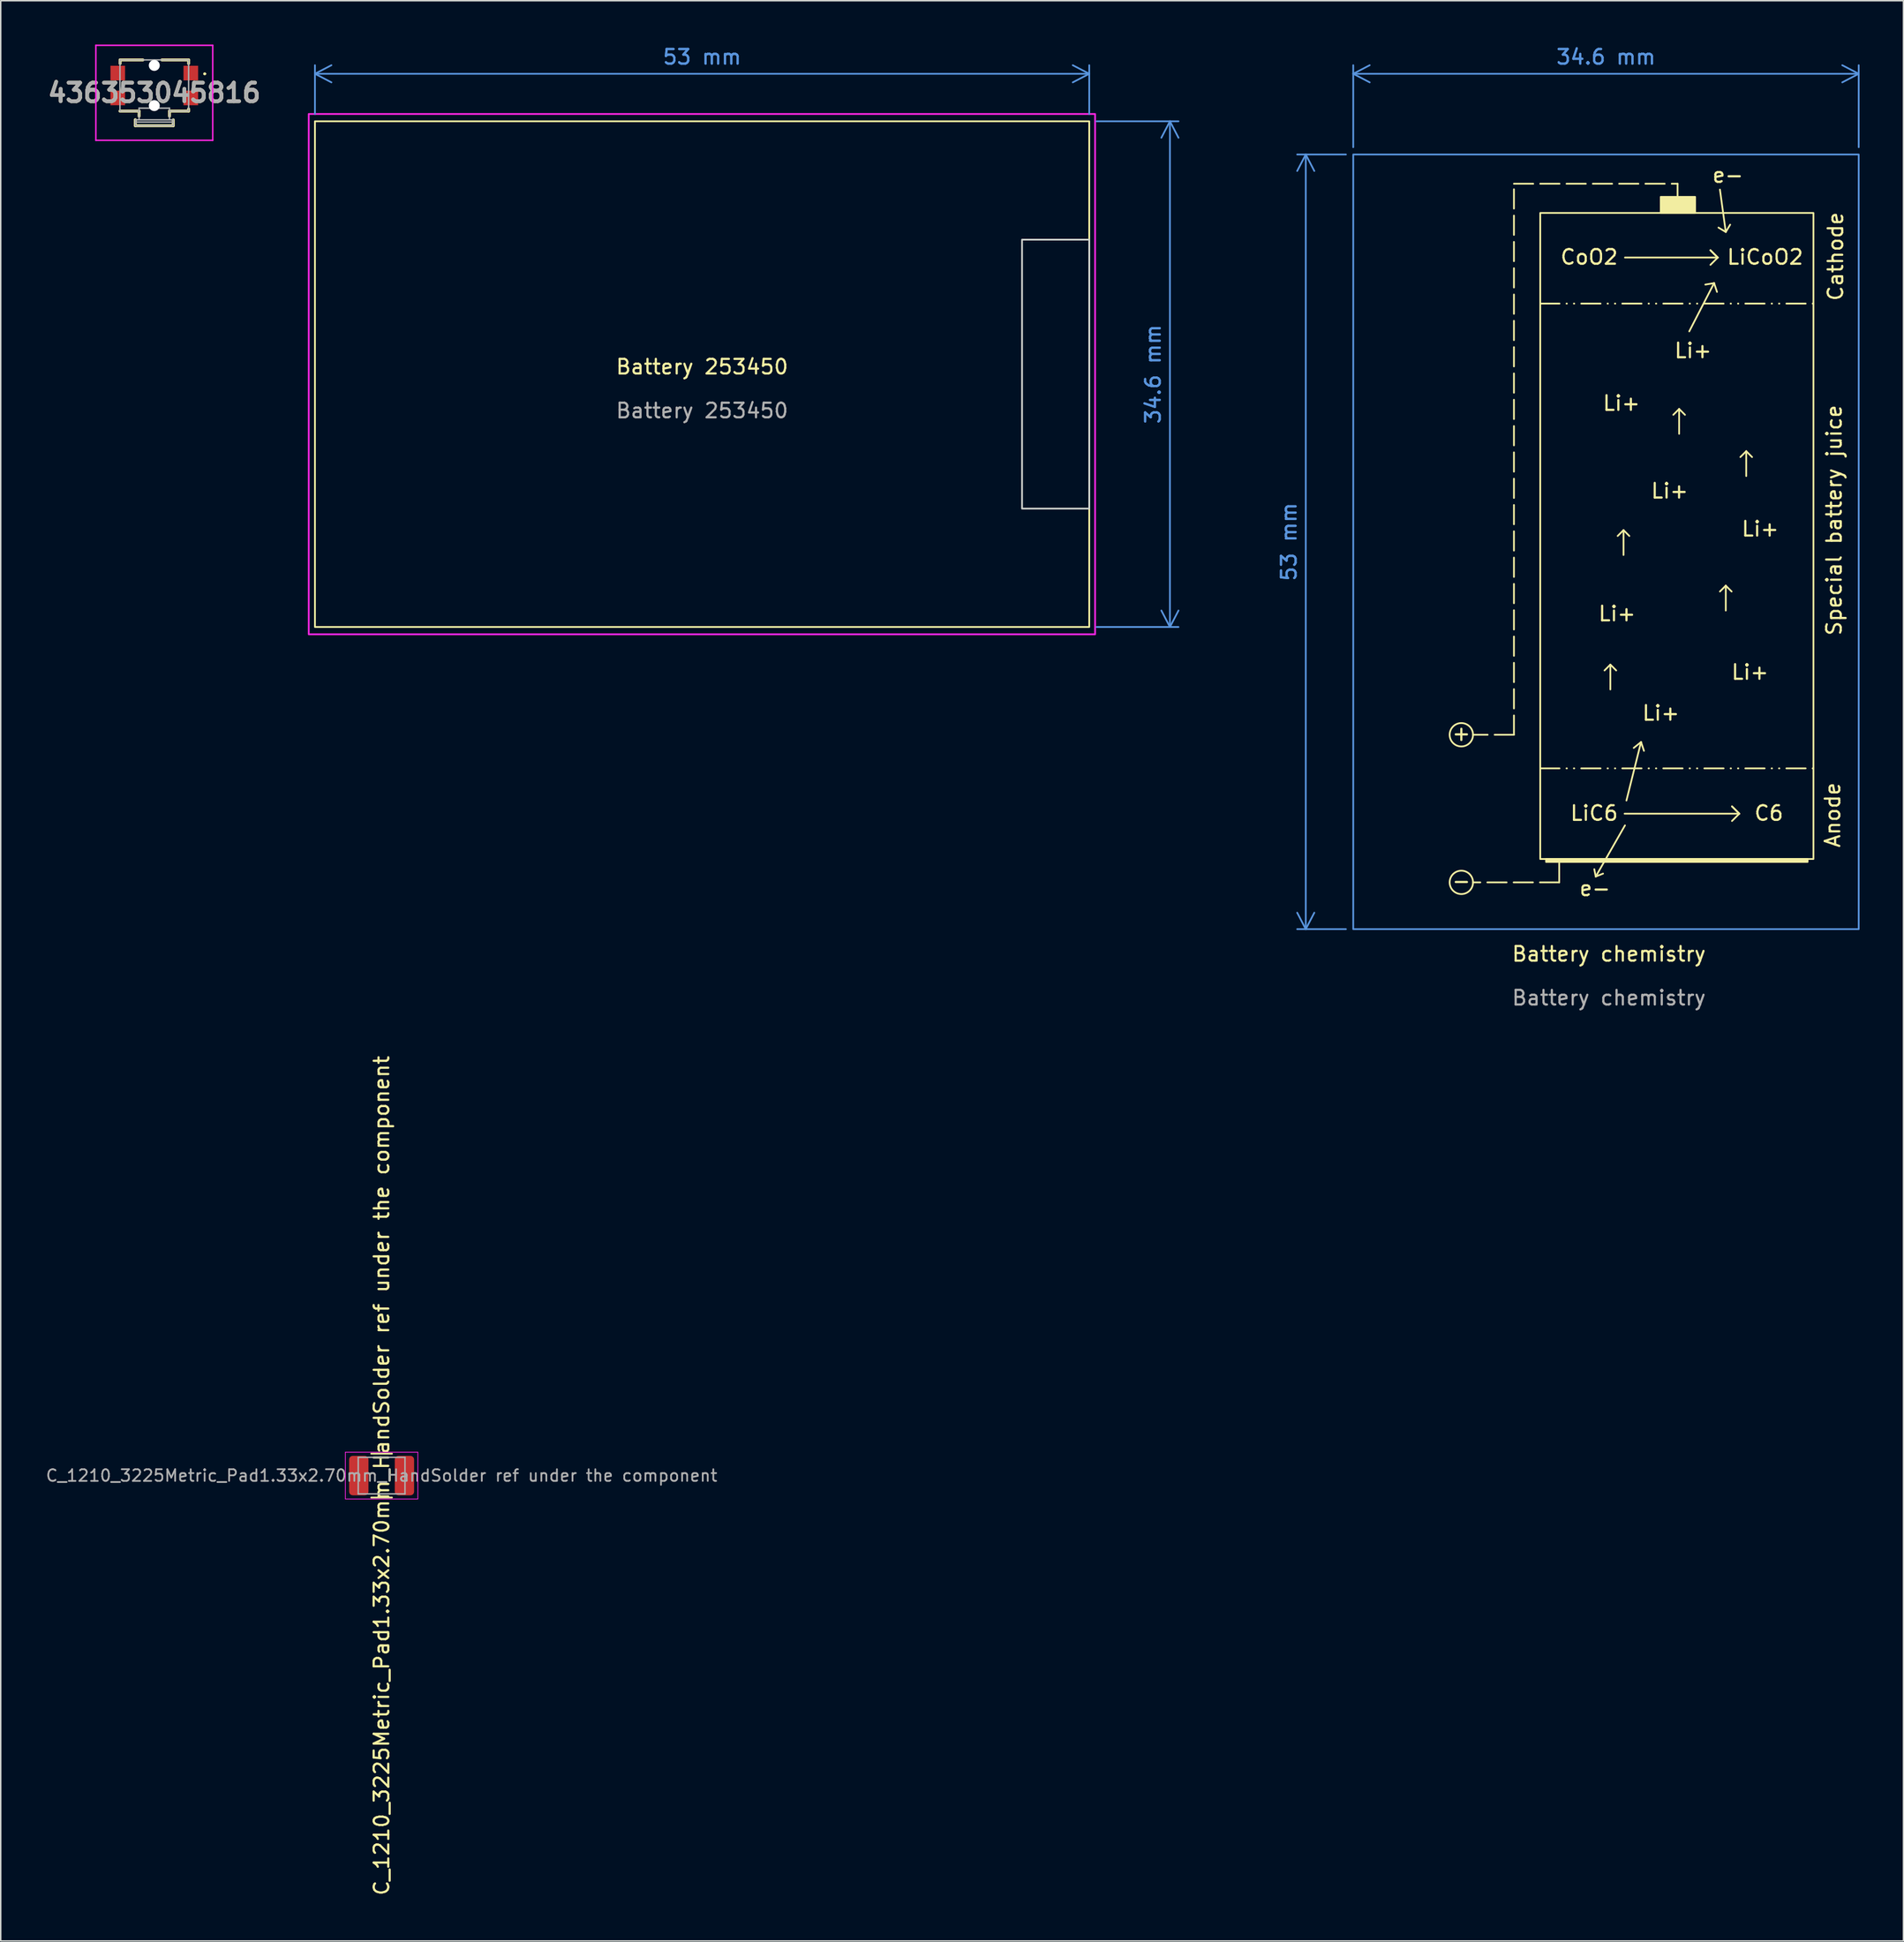
<source format=kicad_pcb>
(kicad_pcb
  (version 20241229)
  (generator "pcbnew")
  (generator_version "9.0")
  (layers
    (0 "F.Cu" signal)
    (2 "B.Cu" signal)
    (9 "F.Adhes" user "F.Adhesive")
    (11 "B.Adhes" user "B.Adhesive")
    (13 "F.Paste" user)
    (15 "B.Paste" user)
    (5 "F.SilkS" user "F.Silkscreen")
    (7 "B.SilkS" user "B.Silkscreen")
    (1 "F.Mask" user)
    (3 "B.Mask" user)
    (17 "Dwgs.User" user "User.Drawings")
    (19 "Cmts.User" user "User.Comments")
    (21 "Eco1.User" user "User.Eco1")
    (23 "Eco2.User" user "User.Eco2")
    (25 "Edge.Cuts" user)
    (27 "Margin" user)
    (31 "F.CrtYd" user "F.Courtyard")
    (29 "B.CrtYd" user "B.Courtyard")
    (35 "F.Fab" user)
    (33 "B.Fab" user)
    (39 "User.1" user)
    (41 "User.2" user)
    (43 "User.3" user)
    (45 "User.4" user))
  (footprint "C_1210_3225Metric_Pad1.33x2.70mm_HandSolder ref under the component"
    (layer "F.Cu")
    (at 23.071 97.908)
    (property "Reference" "C_1210_3225Metric_Pad1.33x2.70mm_HandSolder ref under the component" (at 0 0 90) (layer "F.SilkS") (effects (font (size 1 1) (thickness 0.15))))
    (attr smd)
    (fp_line (start -0.711 -1.5) (end 0.711 -1.5) (stroke (width 0.12) (type solid)) (layer "F.SilkS"))
    (fp_line (start -0.711 1.5) (end 0.711 1.5) (stroke (width 0.12) (type solid)) (layer "F.SilkS"))
    (fp_line (start -2.48 -1.6) (end 2.48 -1.6) (stroke (width 0.05) (type solid)) (layer "F.CrtYd"))
    (fp_line (start -2.48 1.6) (end -2.48 -1.6) (stroke (width 0.05) (type solid)) (layer "F.CrtYd"))
    (fp_line (start 2.48 -1.6) (end 2.48 1.6) (stroke (width 0.05) (type solid)) (layer "F.CrtYd"))
    (fp_line (start 2.48 1.6) (end -2.48 1.6) (stroke (width 0.05) (type solid)) (layer "F.CrtYd"))
    (fp_line (start -1.6 -1.25) (end 1.6 -1.25) (stroke (width 0.1) (type solid)) (layer "F.Fab"))
    (fp_line (start -1.6 1.25) (end -1.6 -1.25) (stroke (width 0.1) (type solid)) (layer "F.Fab"))
    (fp_line (start 1.6 -1.25) (end 1.6 1.25) (stroke (width 0.1) (type solid)) (layer "F.Fab"))
    (fp_line (start 1.6 1.25) (end -1.6 1.25) (stroke (width 0.1) (type solid)) (layer "F.Fab"))
    (fp_text user "${REFERENCE}" (at 0 0 180) (layer "F.Fab") (effects (font (size 0.8 0.8) (thickness 0.12))))
    (pad "1" smd roundrect (at -1.562 0) (size 1.325 2.7) (layers "F.Cu" "F.Mask" "F.Paste") (roundrect_rratio 0.189))
    (pad "2" smd roundrect (at 1.562 0) (size 1.325 2.7) (layers "F.Cu" "F.Mask" "F.Paste") (roundrect_rratio 0.189)))
  (footprint "Battery 253450"
    (layer "F.Cu")
    (at 45.008 22.548)
    (property "Reference" "Battery 253450" (at 0 -0.5 0) (unlocked yes) (layer "F.SilkS") (effects (font (size 1 1) (thickness 0.15))))
    (attr exclude_from_bom)
    (fp_rect (start 26.5 -17.3) (end -26.5 17.3) (stroke (width 0.12) (type default)) (fill no) (layer "F.SilkS"))
    (fp_rect (start 21.9 -9.2) (end 26.5 9.2) (stroke (width 0.12) (type default)) (fill no) (layer "Edge.Cuts"))
    (fp_rect (start -26.925 -17.8) (end 26.9 17.8) (stroke (width 0.12) (type default)) (fill no) (layer "F.CrtYd"))
    (fp_text user "${REFERENCE}" (at 0 2.5 0) (unlocked yes) (layer "F.Fab") (effects (font (size 1 1) (thickness 0.15))))
    (dimension (type aligned) (layer "Cmts.User") (pts (xy 18.508 5.248) (xy 71.508 5.248)) (height -3.25) (format (prefix "") (suffix "") (units 3) (units_format 1) (precision 4) (suppress_zeroes yes)) (style (thickness 0.12) (arrow_length 1.27) (text_position_mode 0) (arrow_direction outward) (extension_height 0.586) (extension_offset 0.5) (keep_text_aligned yes)) (gr_text "53 mm" (at 45.008 0.848 0) (layer "Cmts.User") (effects (font (size 1 1) (thickness 0.15)))))
    (dimension (type aligned) (layer "Cmts.User") (pts (xy 71.508 5.248) (xy 71.508 39.848)) (height -5.523) (format (prefix "") (suffix "") (units 3) (units_format 1) (precision 4) (suppress_zeroes yes)) (style (thickness 0.12) (arrow_length 1.27) (text_position_mode 0) (arrow_direction outward) (extension_height 0.586) (extension_offset 0.5) (keep_text_aligned yes)) (gr_text "34.6 mm" (at 75.88 22.548 90) (layer "Cmts.User") (effects (font (size 1 1) (thickness 0.15))))))
  (footprint "436353045816"
    (layer "F.Cu")
    (at 7.511 2.8)
    (property "Reference" "436353045816" (at 0 0.5 0) (layer "F.SilkS") (effects (font (size 1.27 1.27) (thickness 0.254))))
    (attr smd)
    (fp_line (start -2.35 1.75) (end -1.04 1.75) (stroke (width 0.2) (type solid)) (layer "F.SilkS"))
    (fp_line (start -2.34 -1.75) (end -0.78 -1.75) (stroke (width 0.2) (type solid)) (layer "F.SilkS"))
    (fp_line (start -2.34 -1.5) (end -2.34 -1.75) (stroke (width 0.2) (type solid)) (layer "F.SilkS"))
    (fp_line (start -1.3 2.35) (end -1.3 2.35) (stroke (width 0.2) (type solid)) (layer "F.SilkS"))
    (fp_line (start -1.3 2.35) (end -1.3 2.75) (stroke (width 0.2) (type solid)) (layer "F.SilkS"))
    (fp_line (start -1.3 2.75) (end 1.3 2.75) (stroke (width 0.2) (type solid)) (layer "F.SilkS"))
    (fp_line (start -1.04 1.75) (end -1.04 2.1) (stroke (width 0.2) (type solid)) (layer "F.SilkS"))
    (fp_line (start 0.52 -1.75) (end 2.35 -1.75) (stroke (width 0.2) (type solid)) (layer "F.SilkS"))
    (fp_line (start 1.04 1.75) (end 2.35 1.75) (stroke (width 0.2) (type solid)) (layer "F.SilkS"))
    (fp_line (start 1.04 2.1) (end 1.04 1.75) (stroke (width 0.2) (type solid)) (layer "F.SilkS"))
    (fp_line (start 1.3 2.75) (end 1.3 2.35) (stroke (width 0.2) (type solid)) (layer "F.SilkS"))
    (fp_line (start 2.35 -1.75) (end 2.35 -1.5) (stroke (width 0.2) (type solid)) (layer "F.SilkS"))
    (fp_line (start 2.35 1.75) (end 2.35 1.6) (stroke (width 0.2) (type solid)) (layer "F.SilkS"))
    (fp_line (start 3.4 -0.8) (end 3.4 -0.8) (stroke (width 0.1) (type solid)) (layer "F.SilkS"))
    (fp_line (start 3.5 -0.8) (end 3.5 -0.8) (stroke (width 0.1) (type solid)) (layer "F.SilkS"))
    (fp_arc (start 3.4 -0.8) (mid 3.45 -0.85) (end 3.5 -0.8) (stroke (width 0.1) (type solid)) (layer "F.SilkS"))
    (fp_arc (start 3.5 -0.8) (mid 3.45 -0.75) (end 3.4 -0.8) (stroke (width 0.1) (type solid)) (layer "F.SilkS"))
    (fp_line (start -4 -2.75) (end 4 -2.75) (stroke (width 0.1) (type solid)) (layer "F.CrtYd"))
    (fp_line (start -4 3.75) (end -4 -2.75) (stroke (width 0.1) (type solid)) (layer "F.CrtYd"))
    (fp_line (start 4 -2.75) (end 4 3.75) (stroke (width 0.1) (type solid)) (layer "F.CrtYd"))
    (fp_line (start 4 3.75) (end -4 3.75) (stroke (width 0.1) (type solid)) (layer "F.CrtYd"))
    (fp_line (start -2.35 -1.75) (end 2.35 -1.75) (stroke (width 0.1) (type solid)) (layer "F.Fab"))
    (fp_line (start -2.35 1.75) (end -2.35 -1.75) (stroke (width 0.1) (type solid)) (layer "F.Fab"))
    (fp_line (start -1.3 2.35) (end -1.3 2.75) (stroke (width 0.1) (type solid)) (layer "F.Fab"))
    (fp_line (start -1.3 2.5) (end 1.3 2.5) (stroke (width 0.1) (type solid)) (layer "F.Fab"))
    (fp_line (start -1.3 2.75) (end 1.3 2.75) (stroke (width 0.1) (type solid)) (layer "F.Fab"))
    (fp_line (start -1.04 1.55) (end 1.04 1.55) (stroke (width 0.1) (type solid)) (layer "F.Fab"))
    (fp_line (start -1.04 1.75) (end -2.35 1.75) (stroke (width 0.1) (type solid)) (layer "F.Fab"))
    (fp_line (start -1.04 2.35) (end -1.3 2.35) (stroke (width 0.1) (type solid)) (layer "F.Fab"))
    (fp_line (start -1.04 2.35) (end -1.04 1.55) (stroke (width 0.1) (type solid)) (layer "F.Fab"))
    (fp_line (start 1.04 1.55) (end 1.04 2.35) (stroke (width 0.1) (type solid)) (layer "F.Fab"))
    (fp_line (start 1.3 2.35) (end -1.04 2.35) (stroke (width 0.1) (type solid)) (layer "F.Fab"))
    (fp_line (start 1.3 2.75) (end 1.3 2.35) (stroke (width 0.1) (type solid)) (layer "F.Fab"))
    (fp_line (start 2.35 -1.75) (end 2.35 1.75) (stroke (width 0.1) (type solid)) (layer "F.Fab"))
    (fp_line (start 2.35 1.75) (end 1.04 1.75) (stroke (width 0.1) (type solid)) (layer "F.Fab"))
    (fp_text user "${REFERENCE}" (at 0 0.5 0) (layer "F.Fab") (effects (font (size 1.27 1.27) (thickness 0.254))))
    (pad "" np_thru_hole circle (at 0 -1.375) (size 0.75 0.75) (drill 0.75) (layers "*.Cu" "*.Mask"))
    (pad "" np_thru_hole circle (at 0 1.375) (size 0.75 0.75) (drill 0.75) (layers "*.Cu" "*.Mask"))
    (pad "1" smd rect (at 2.5 -0.85) (size 1 1) (layers "F.Cu" "F.Mask" "F.Paste"))
    (pad "2" smd rect (at 2.5 0.85) (size 1 1) (layers "F.Cu" "F.Mask" "F.Paste"))
    (pad "3" smd rect (at -2.5 -0.85) (size 1 1) (layers "F.Cu" "F.Mask" "F.Paste"))
    (pad "4" smd rect (at -2.5 0.85) (size 1 1) (layers "F.Cu" "F.Mask" "F.Paste")))
  (footprint "Battery chemistry"
    (layer "F.Cu")
    (at 107.078 34.321)
    (property "Reference" "Battery chemistry" (at 0 27.9 0) (unlocked yes) (layer "F.SilkS") (effects (font (size 1 1) (thickness 0.15))))
    (attr exclude_from_bom)
    (fp_line (start -6.5 -24.8) (end 4.7 -24.8) (stroke (width 0.12) (type dash)) (layer "F.SilkS"))
    (fp_line (start -6.5 12.9) (end -9.3 12.9) (stroke (width 0.12) (type dash)) (layer "F.SilkS"))
    (fp_line (start -6.5 12.9) (end -6.5 -24.8) (stroke (width 0.12) (type dash)) (layer "F.SilkS"))
    (fp_line (start -4.7 -16.6) (end 14 -16.6) (stroke (width 0.12) (type dash_dot_dot)) (layer "F.SilkS"))
    (fp_line (start -4.7 15.2) (end 14 15.2) (stroke (width 0.12) (type dash_dot_dot)) (layer "F.SilkS"))
    (fp_line (start -3.4 23) (end -9.3 23) (stroke (width 0.12) (type dash)) (layer "F.SilkS"))
    (fp_line (start -3.4 23) (end -3.4 21.6) (stroke (width 0.12) (type dash)) (layer "F.SilkS"))
    (fp_line (start -0.9 22.6) (end -1 22.1) (stroke (width 0.12) (type default)) (layer "F.SilkS"))
    (fp_line (start -0.9 22.6) (end -0.4 22.4) (stroke (width 0.12) (type default)) (layer "F.SilkS"))
    (fp_line (start 0.1 8.1) (end -0.3 8.5) (stroke (width 0.12) (type default)) (layer "F.SilkS"))
    (fp_line (start 0.1 8.1) (end 0.5 8.5) (stroke (width 0.12) (type default)) (layer "F.SilkS"))
    (fp_line (start 0.1 9.8) (end 0.1 8.1) (stroke (width 0.12) (type default)) (layer "F.SilkS"))
    (fp_line (start 1 -1.1) (end 0.6 -0.7) (stroke (width 0.12) (type default)) (layer "F.SilkS"))
    (fp_line (start 1 -1.1) (end 1.4 -0.7) (stroke (width 0.12) (type default)) (layer "F.SilkS"))
    (fp_line (start 1 0.6) (end 1 -1.1) (stroke (width 0.12) (type default)) (layer "F.SilkS"))
    (fp_line (start 1.075 18.3) (end 8.925 18.3) (stroke (width 0.12) (type default)) (layer "F.SilkS"))
    (fp_line (start 1.1 -19.75) (end 7.45 -19.75) (stroke (width 0.12) (type default)) (layer "F.SilkS"))
    (fp_line (start 1.1 19.1) (end -0.9 22.6) (stroke (width 0.12) (type default)) (layer "F.SilkS"))
    (fp_line (start 1.2 17.4) (end 2.2 13.4) (stroke (width 0.12) (type default)) (layer "F.SilkS"))
    (fp_line (start 2.2 13.4) (end 1.7 13.8) (stroke (width 0.12) (type default)) (layer "F.SilkS"))
    (fp_line (start 2.2 13.4) (end 2.4 14) (stroke (width 0.12) (type default)) (layer "F.SilkS"))
    (fp_line (start 4.7 -24.8) (end 4.7 -23.9) (stroke (width 0.12) (type default)) (layer "F.SilkS"))
    (fp_line (start 4.808 -9.39) (end 4.408 -8.99) (stroke (width 0.12) (type default)) (layer "F.SilkS"))
    (fp_line (start 4.808 -9.39) (end 5.208 -8.99) (stroke (width 0.12) (type default)) (layer "F.SilkS"))
    (fp_line (start 4.808 -7.69) (end 4.808 -9.39) (stroke (width 0.12) (type default)) (layer "F.SilkS"))
    (fp_line (start 5.5 -14.7) (end 7.2 -18) (stroke (width 0.12) (type default)) (layer "F.SilkS"))
    (fp_line (start 6.95 -20.25) (end 7.45 -19.75) (stroke (width 0.12) (type default)) (layer "F.SilkS"))
    (fp_line (start 7.2 -18) (end 6.6 -17.9) (stroke (width 0.12) (type default)) (layer "F.SilkS"))
    (fp_line (start 7.2 -18) (end 7.4 -17.4) (stroke (width 0.12) (type default)) (layer "F.SilkS"))
    (fp_line (start 7.45 -19.75) (end 6.95 -20.25) (stroke (width 0.12) (type default)) (layer "F.SilkS"))
    (fp_line (start 7.45 -19.75) (end 6.95 -19.25) (stroke (width 0.12) (type default)) (layer "F.SilkS"))
    (fp_line (start 7.6 -24.4) (end 8 -21.5) (stroke (width 0.12) (type default)) (layer "F.SilkS"))
    (fp_line (start 8 -21.5) (end 7.5 -21.8) (stroke (width 0.12) (type default)) (layer "F.SilkS"))
    (fp_line (start 8 -21.5) (end 8.3 -22) (stroke (width 0.12) (type default)) (layer "F.SilkS"))
    (fp_line (start 8 2.7) (end 7.6 3.1) (stroke (width 0.12) (type default)) (layer "F.SilkS"))
    (fp_line (start 8 2.7) (end 8.4 3.1) (stroke (width 0.12) (type default)) (layer "F.SilkS"))
    (fp_line (start 8 4.4) (end 8 2.7) (stroke (width 0.12) (type default)) (layer "F.SilkS"))
    (fp_line (start 8.425 17.8) (end 8.925 18.3) (stroke (width 0.12) (type default)) (layer "F.SilkS"))
    (fp_line (start 8.925 18.3) (end 8.425 17.8) (stroke (width 0.12) (type default)) (layer "F.SilkS"))
    (fp_line (start 8.925 18.3) (end 8.425 18.8) (stroke (width 0.12) (type default)) (layer "F.SilkS"))
    (fp_line (start 9.4 -6.5) (end 9 -6.1) (stroke (width 0.12) (type default)) (layer "F.SilkS"))
    (fp_line (start 9.4 -6.5) (end 9.8 -6.1) (stroke (width 0.12) (type default)) (layer "F.SilkS"))
    (fp_line (start 9.4 -4.8) (end 9.4 -6.5) (stroke (width 0.12) (type default)) (layer "F.SilkS"))
    (fp_rect (start -4.7 -22.8) (end 14 21.4) (stroke (width 0.12) (type default)) (fill no) (layer "F.SilkS"))
    (fp_rect (start 3.55 -23.9) (end 5.9 -22.8) (stroke (width 0.12) (type solid)) (fill yes) (layer "F.SilkS"))
    (fp_rect (start 13.6 21.4) (end -4.3 21.6) (stroke (width 0.12) (type solid)) (fill yes) (layer "F.SilkS"))
    (fp_circle (center -10.1 12.9) (end -9.3 12.9) (stroke (width 0.12) (type solid)) (fill no) (layer "F.SilkS"))
    (fp_circle (center -10.1 23) (end -10.9 23) (stroke (width 0.12) (type default)) (fill no) (layer "F.SilkS"))
    (fp_rect (start -17.5 -26.8) (end 17.1 26.2) (stroke (width 0.12) (type default)) (fill no) (layer "Cmts.User"))
    (fp_text user "Special battery juice" (at 16 6.2 90) (unlocked yes) (layer "F.SilkS") (effects (font (size 1 1) (thickness 0.15)) (justify left bottom)))
    (fp_text user "Li+" (at -0.8 5.2 0) (unlocked yes) (layer "F.SilkS") (effects (font (size 1 1) (thickness 0.15)) (justify left bottom)))
    (fp_text user "Li+" (at 2.2 12 0) (unlocked yes) (layer "F.SilkS") (effects (font (size 1 1) (thickness 0.15)) (justify left bottom)))
    (fp_text user "C6" (at 9.875 18.85 0) (unlocked yes) (layer "F.SilkS") (effects (font (size 1 1) (thickness 0.15)) (justify left bottom)))
    (fp_text user "Li+" (at 2.8 -3.2 0) (unlocked yes) (layer "F.SilkS") (effects (font (size 1 1) (thickness 0.15)) (justify left bottom)))
    (fp_text user "e-" (at 7 -24.8 0) (unlocked yes) (layer "F.SilkS") (effects (font (size 1 1) (thickness 0.15)) (justify left bottom)))
    (fp_text user "-" (at -10.1 22.9 0) (unlocked yes) (layer "F.SilkS") (effects (font (size 1 1) (thickness 0.15))))
    (fp_text user "Li+" (at -0.5 -9.2 0) (unlocked yes) (layer "F.SilkS") (effects (font (size 1 1) (thickness 0.15)) (justify left bottom)))
    (fp_text user "Li+" (at 9 -0.6 0) (unlocked yes) (layer "F.SilkS") (effects (font (size 1 1) (thickness 0.15)) (justify left bottom)))
    (fp_text user "Li+" (at 8.3 9.2 0) (unlocked yes) (layer "F.SilkS") (effects (font (size 1 1) (thickness 0.15)) (justify left bottom)))
    (fp_text user "LiC6" (at -2.725 18.85 0) (unlocked yes) (layer "F.SilkS") (effects (font (size 1 1) (thickness 0.15)) (justify left bottom)))
    (fp_text user "e-" (at -2.1 24 0) (unlocked yes) (layer "F.SilkS") (effects (font (size 1 1) (thickness 0.15)) (justify left bottom)))
    (fp_text user "CoO2" (at -3.4 -19.2 0) (unlocked yes) (layer "F.SilkS") (effects (font (size 1 1) (thickness 0.15)) (justify left bottom)))
    (fp_text user "LiCoO2" (at 8 -19.2 0) (unlocked yes) (layer "F.SilkS") (effects (font (size 1 1) (thickness 0.15)) (justify left bottom)))
    (fp_text user "Li+" (at 4.4 -12.8 0) (unlocked yes) (layer "F.SilkS") (effects (font (size 1 1) (thickness 0.15)) (justify left bottom)))
    (fp_text user "Anode" (at 15.9 20.7 90) (unlocked yes) (layer "F.SilkS") (effects (font (size 1 1) (thickness 0.15)) (justify left bottom)))
    (fp_text user "Cathode" (at 16.1 -16.7 90) (unlocked yes) (layer "F.SilkS") (effects (font (size 1 1) (thickness 0.15)) (justify left bottom)))
    (fp_text user "+" (at -10.1 12.8 0) (unlocked yes) (layer "F.SilkS") (effects (font (size 1 1) (thickness 0.15))))
    (fp_text user "${REFERENCE}" (at 0 30.9 0) (unlocked yes) (layer "F.Fab") (effects (font (size 1 1) (thickness 0.15))))
    (dimension (type aligned) (layer "Cmts.User") (pts (xy 89.578 60.521) (xy 89.578 7.521)) (height -3.25) (format (prefix "") (suffix "") (units 3) (units_format 1) (precision 4) (suppress_zeroes yes)) (style (thickness 0.12) (arrow_length 1.27) (text_position_mode 0) (arrow_direction outward) (extension_height 0.586) (extension_offset 0.5) (keep_text_aligned yes)) (gr_text "53 mm" (at 85.178 34.021 90) (layer "Cmts.User") (effects (font (size 1 1) (thickness 0.15)))))
    (dimension (type aligned) (layer "Cmts.User") (pts (xy 89.578 7.521) (xy 124.178 7.521)) (height -5.523) (format (prefix "") (suffix "") (units 3) (units_format 1) (precision 4) (suppress_zeroes yes)) (style (thickness 0.12) (arrow_length 1.27) (text_position_mode 0) (arrow_direction outward) (extension_height 0.586) (extension_offset 0.5) (keep_text_aligned yes)) (gr_text "34.6 mm" (at 106.878 0.848 0) (layer "Cmts.User") (effects (font (size 1 1) (thickness 0.15))))))
  (gr_rect
    (start -3 -3)
    (end 127.238 129.748)
    (stroke (width 0.1) (type default))
    (fill no)
    (layer "Edge.Cuts")))
</source>
